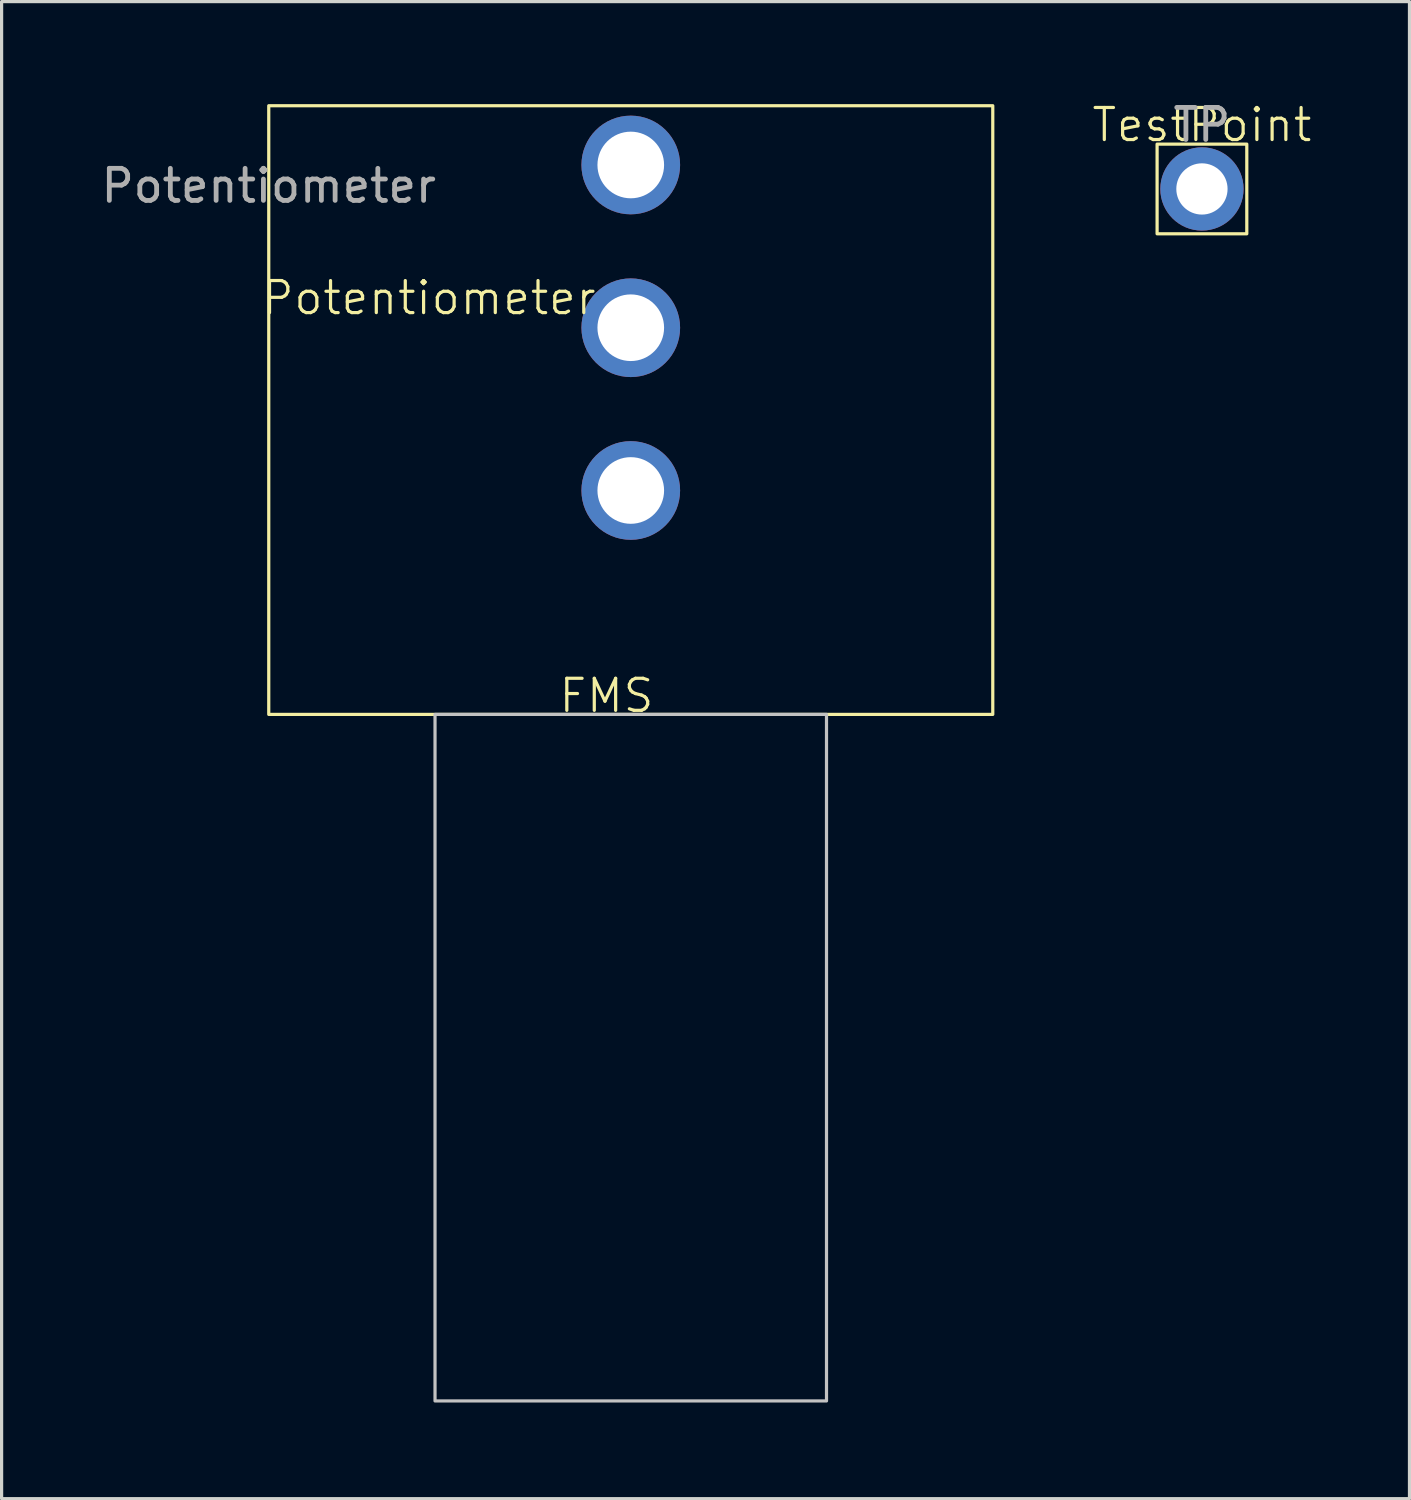
<source format=kicad_pcb>
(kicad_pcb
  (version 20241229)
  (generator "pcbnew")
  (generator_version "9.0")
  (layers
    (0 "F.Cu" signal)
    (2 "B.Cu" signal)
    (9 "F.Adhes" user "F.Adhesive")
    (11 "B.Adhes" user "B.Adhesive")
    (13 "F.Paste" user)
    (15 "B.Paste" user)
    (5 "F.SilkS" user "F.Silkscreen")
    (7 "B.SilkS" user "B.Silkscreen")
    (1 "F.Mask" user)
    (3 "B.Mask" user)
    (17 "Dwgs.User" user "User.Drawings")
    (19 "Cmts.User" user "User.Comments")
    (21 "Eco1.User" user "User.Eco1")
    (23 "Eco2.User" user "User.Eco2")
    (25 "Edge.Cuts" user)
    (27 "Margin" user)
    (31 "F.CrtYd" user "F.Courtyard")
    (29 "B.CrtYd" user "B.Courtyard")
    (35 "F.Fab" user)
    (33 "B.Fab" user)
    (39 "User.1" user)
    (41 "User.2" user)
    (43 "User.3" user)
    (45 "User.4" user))
  (footprint "TestPoint"
    (layer "F.Cu")
    (at 34.468 2.848)
    (property "Reference" "TestPoint" (at 0 -2 0) (unlocked yes) (layer "F.SilkS") (effects (font (size 1 1) (thickness 0.1))))
    (attr through_hole)
    (fp_rect (start -1.4 -1.4) (end 1.4 1.4) (stroke (width 0.1) (type default)) (fill no) (layer "F.SilkS"))
    (fp_text user "TP" (at 0 -2 0) (unlocked yes) (layer "F.Fab") (effects (font (size 1 1) (thickness 0.15))))
    (pad "1" thru_hole circle (at 0 0) (size 2.6 2.6) (drill 1.6) (layers "*.Cu" "*.Mask")))
  (footprint "Potentiometer"
    (layer "F.Cu")
    (at 5.339 0.25)
    (property "Reference" "Potentiometer" (at 5 6 0) (unlocked yes) (layer "F.SilkS") (effects (font (size 1 1) (thickness 0.1))))
    (attr through_hole)
    (fp_rect (start 0 0) (end 22.6 19) (stroke (width 0.1) (type default)) (fill no) (layer "F.SilkS"))
    (fp_rect (start 5.19 19) (end 17.41 40.43) (stroke (width 0.1) (type default)) (fill no) (layer "Dwgs.User"))
    (fp_text user "FMS" (at 9 19 0) (unlocked yes) (layer "F.SilkS") (effects (font (size 1 1) (thickness 0.1)) (justify left bottom)))
    (fp_text user "${REFERENCE}" (at 0 2.5 0) (unlocked yes) (layer "F.Fab") (effects (font (size 1 1) (thickness 0.15))))
    (pad "1" thru_hole circle (at 11.3 12.01) (size 3.08 3.08) (drill 2.08) (layers "*.Cu" "*.Mask"))
    (pad "2" thru_hole circle (at 11.3 6.93) (size 3.08 3.08) (drill 2.08) (layers "*.Cu" "*.Mask"))
    (pad "3" thru_hole circle (at 11.3 1.85) (size 3.08 3.08) (drill 2.08) (layers "*.Cu" "*.Mask")))
  (gr_rect
    (start -3 -3)
    (end 40.946 43.73)
    (stroke (width 0.1) (type default))
    (fill no)
    (layer "Edge.Cuts")))
</source>
